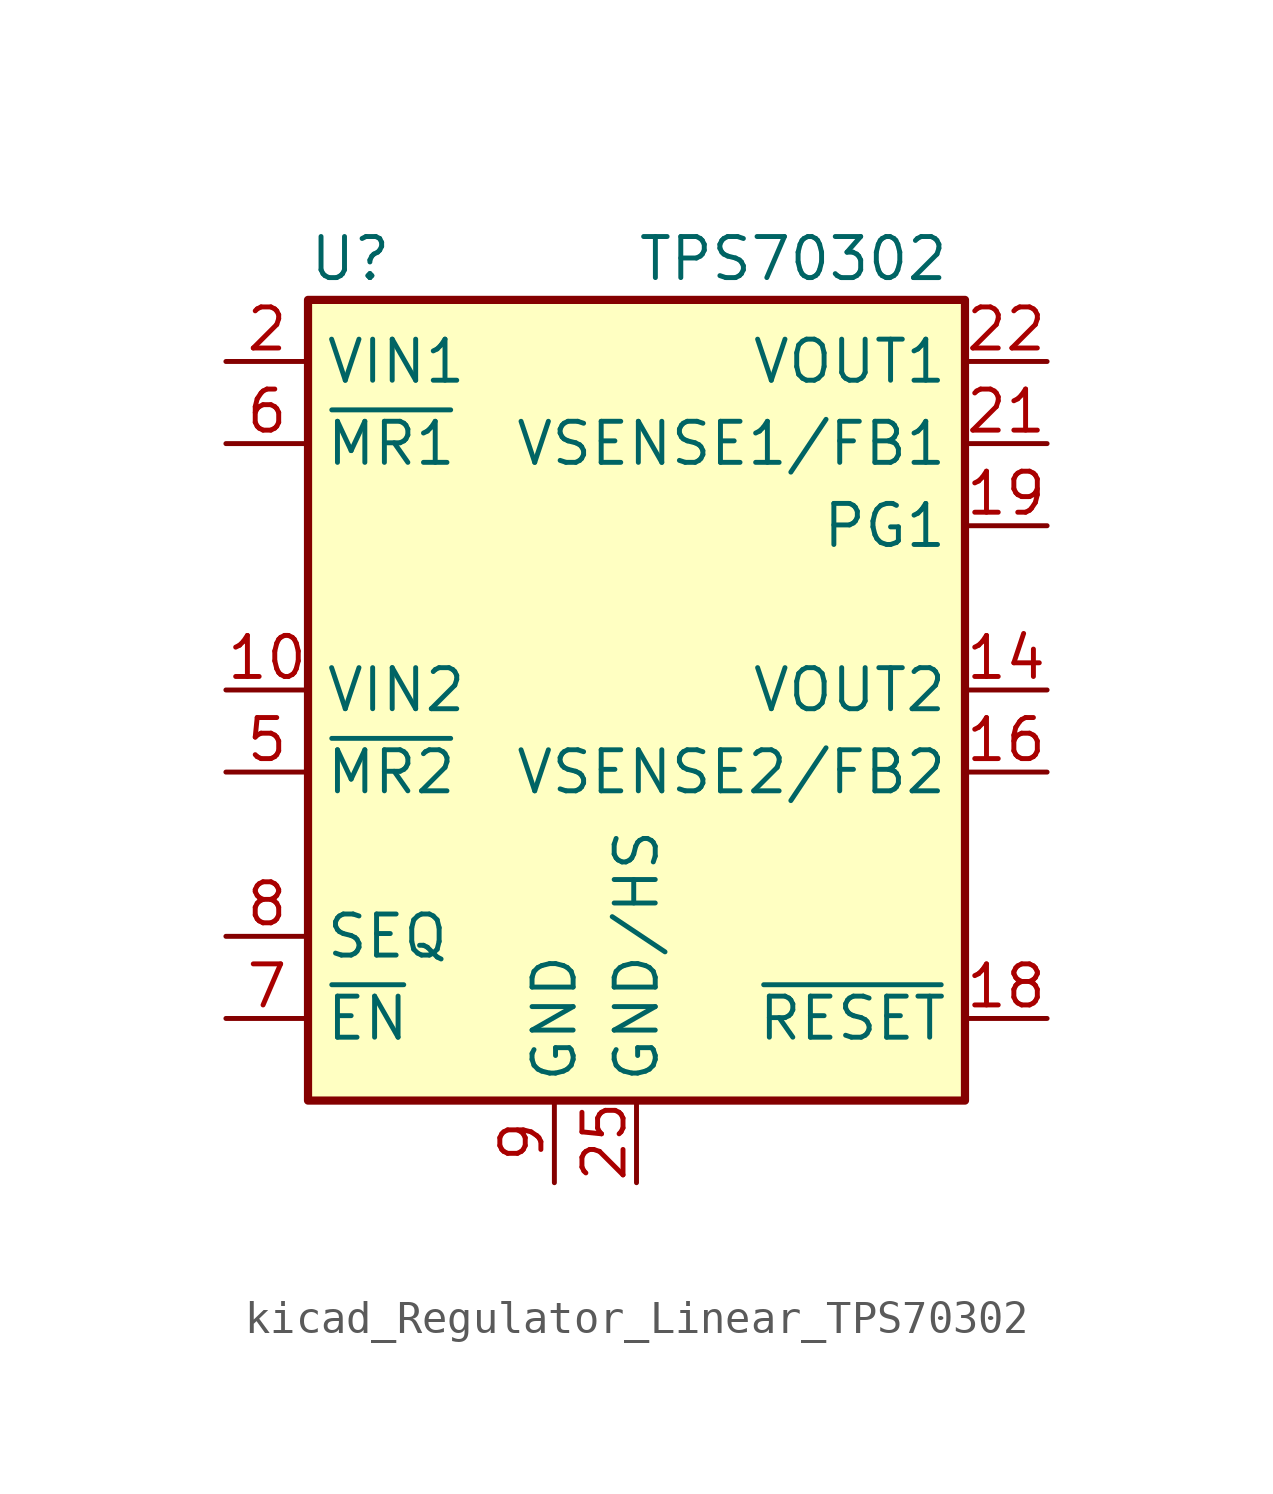
<source format=kicad_sym>
(kicad_symbol_lib
  (version 20220914)
  (generator kicad_symbol_editor)
  (symbol "kicad_Regulator_Linear_TPS70302"
    (property "Reference" "U"
      (at -10.16 13.335 0)
      (effects (font (size 1.27 1.27)) (justify left)))
    (property "Value" "TPS70302"
      (at 0 13.335 0)
      (effects (font (size 1.27 1.27)) (justify left)))
    (symbol "kicad_Regulator_Linear_TPS70302_0_1"
      (rectangle (start -10.16 12.065) (end 10.16 -12.7) (stroke (width 0.254) (type default)) (fill (type background))))
    (symbol "kicad_Regulator_Linear_TPS70302_1_1"
      (pin passive line (at 0 -15.24 90) (length 2.54) hide (name "GND/HS" (effects (font (size 1.27 1.27)))) (number "1" (effects (font (size 1.27 1.27)))))
      (pin power_in line (at -12.7 0 0) (length 2.54) (name "VIN2" (effects (font (size 1.27 1.27)))) (number "10" (effects (font (size 1.27 1.27)))))
      (pin passive line (at -12.7 0 0) (length 2.54) hide (name "VIN2" (effects (font (size 1.27 1.27)))) (number "11" (effects (font (size 1.27 1.27)))))
      (pin passive line (at 0 -15.24 90) (length 2.54) hide (name "GND/HS" (effects (font (size 1.27 1.27)))) (number "12" (effects (font (size 1.27 1.27)))))
      (pin passive line (at 0 -15.24 90) (length 2.54) hide (name "GND/HS" (effects (font (size 1.27 1.27)))) (number "13" (effects (font (size 1.27 1.27)))))
      (pin power_out line (at 12.7 0 180) (length 2.54) (name "VOUT2" (effects (font (size 1.27 1.27)))) (number "14" (effects (font (size 1.27 1.27)))))
      (pin passive line (at 12.7 0 180) (length 2.54) hide (name "VOUT2" (effects (font (size 1.27 1.27)))) (number "15" (effects (font (size 1.27 1.27)))))
      (pin input line (at 12.7 -2.54 180) (length 2.54) (name "VSENSE2/FB2" (effects (font (size 1.27 1.27)))) (number "16" (effects (font (size 1.27 1.27)))))
      (pin no_connect line (at -10.16 2.54 0) (length 2.54) hide (name "NC" (effects (font (size 1.27 1.27)))) (number "17" (effects (font (size 1.27 1.27)))))
      (pin open_collector line (at 12.7 -10.16 180) (length 2.54) (name "~{RESET}" (effects (font (size 1.27 1.27)))) (number "18" (effects (font (size 1.27 1.27)))))
      (pin open_collector line (at 12.7 5.08 180) (length 2.54) (name "PG1" (effects (font (size 1.27 1.27)))) (number "19" (effects (font (size 1.27 1.27)))))
      (pin power_in line (at -12.7 10.16 0) (length 2.54) (name "VIN1" (effects (font (size 1.27 1.27)))) (number "2" (effects (font (size 1.27 1.27)))))
      (pin no_connect line (at -10.16 -5.08 0) (length 2.54) hide (name "NC" (effects (font (size 1.27 1.27)))) (number "20" (effects (font (size 1.27 1.27)))))
      (pin input line (at 12.7 7.62 180) (length 2.54) (name "VSENSE1/FB1" (effects (font (size 1.27 1.27)))) (number "21" (effects (font (size 1.27 1.27)))))
      (pin power_out line (at 12.7 10.16 180) (length 2.54) (name "VOUT1" (effects (font (size 1.27 1.27)))) (number "22" (effects (font (size 1.27 1.27)))))
      (pin passive line (at 12.7 10.16 180) (length 2.54) hide (name "VOUT1" (effects (font (size 1.27 1.27)))) (number "23" (effects (font (size 1.27 1.27)))))
      (pin passive line (at 0 -15.24 90) (length 2.54) hide (name "GND/HS" (effects (font (size 1.27 1.27)))) (number "24" (effects (font (size 1.27 1.27)))))
      (pin power_in line (at 0 -15.24 90) (length 2.54) (name "GND/HS" (effects (font (size 1.27 1.27)))) (number "25" (effects (font (size 1.27 1.27)))))
      (pin passive line (at -12.7 10.16 0) (length 2.54) hide (name "VIN1" (effects (font (size 1.27 1.27)))) (number "3" (effects (font (size 1.27 1.27)))))
      (pin no_connect line (at -10.16 5.08 0) (length 2.54) hide (name "NC" (effects (font (size 1.27 1.27)))) (number "4" (effects (font (size 1.27 1.27)))))
      (pin input line (at -12.7 -2.54 0) (length 2.54) (name "~{MR2}" (effects (font (size 1.27 1.27)))) (number "5" (effects (font (size 1.27 1.27)))))
      (pin input line (at -12.7 7.62 0) (length 2.54) (name "~{MR1}" (effects (font (size 1.27 1.27)))) (number "6" (effects (font (size 1.27 1.27)))))
      (pin input line (at -12.7 -10.16 0) (length 2.54) (name "~{EN}" (effects (font (size 1.27 1.27)))) (number "7" (effects (font (size 1.27 1.27)))))
      (pin input line (at -12.7 -7.62 0) (length 2.54) (name "SEQ" (effects (font (size 1.27 1.27)))) (number "8" (effects (font (size 1.27 1.27)))))
      (pin power_in line (at -2.54 -15.24 90) (length 2.54) (name "GND" (effects (font (size 1.27 1.27)))) (number "9" (effects (font (size 1.27 1.27))))))))
</source>
